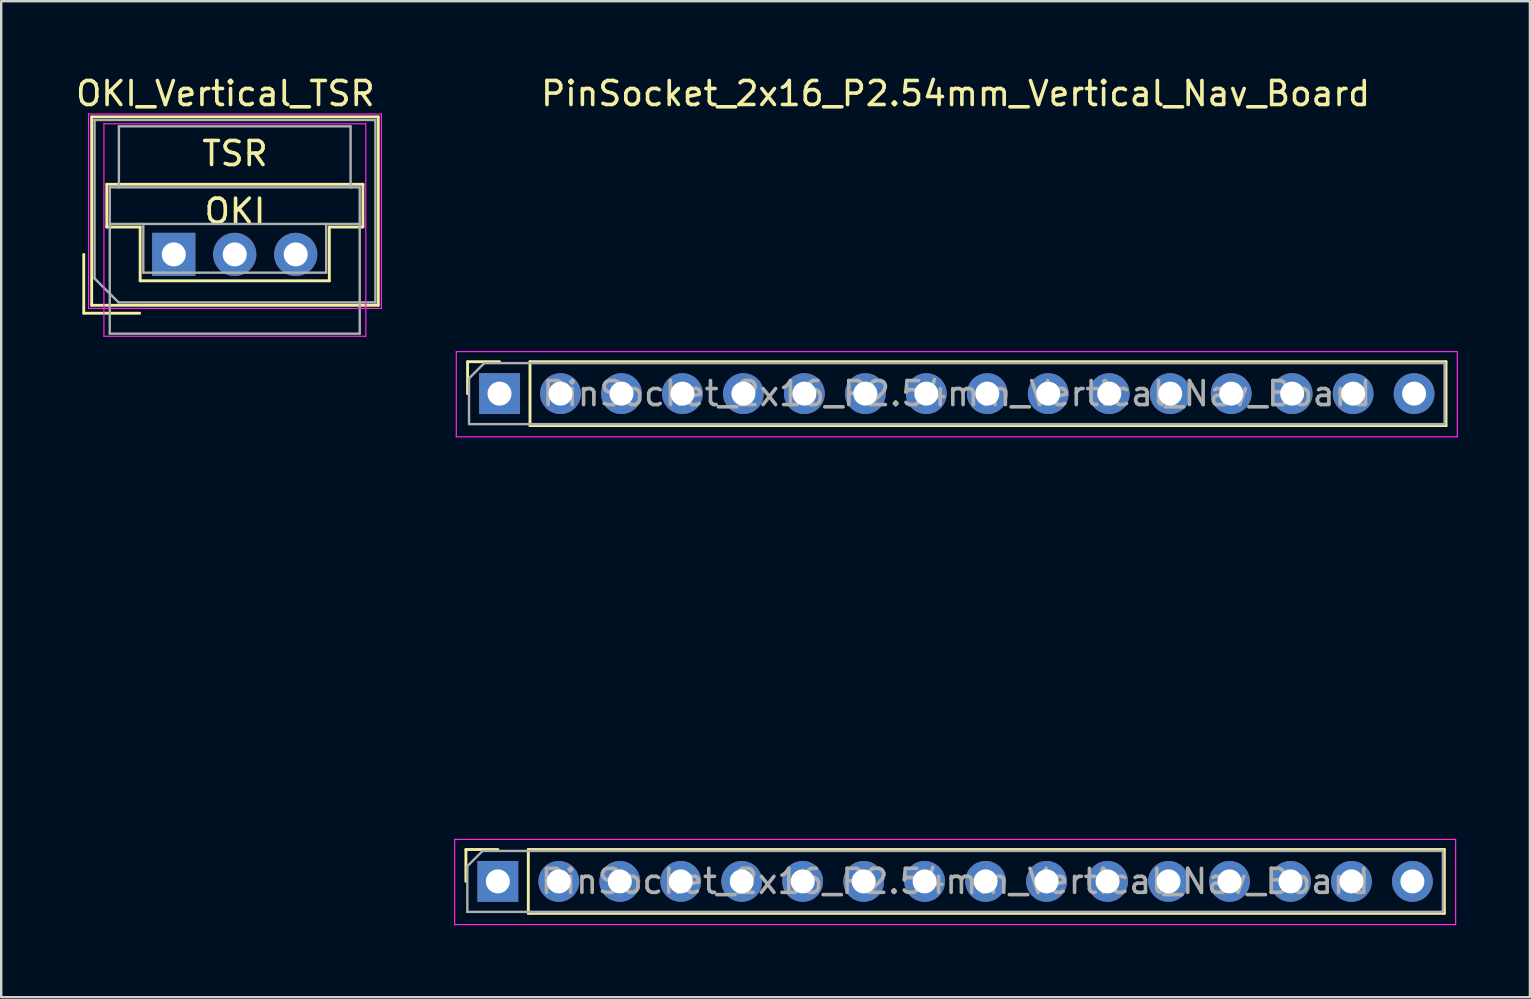
<source format=kicad_pcb>
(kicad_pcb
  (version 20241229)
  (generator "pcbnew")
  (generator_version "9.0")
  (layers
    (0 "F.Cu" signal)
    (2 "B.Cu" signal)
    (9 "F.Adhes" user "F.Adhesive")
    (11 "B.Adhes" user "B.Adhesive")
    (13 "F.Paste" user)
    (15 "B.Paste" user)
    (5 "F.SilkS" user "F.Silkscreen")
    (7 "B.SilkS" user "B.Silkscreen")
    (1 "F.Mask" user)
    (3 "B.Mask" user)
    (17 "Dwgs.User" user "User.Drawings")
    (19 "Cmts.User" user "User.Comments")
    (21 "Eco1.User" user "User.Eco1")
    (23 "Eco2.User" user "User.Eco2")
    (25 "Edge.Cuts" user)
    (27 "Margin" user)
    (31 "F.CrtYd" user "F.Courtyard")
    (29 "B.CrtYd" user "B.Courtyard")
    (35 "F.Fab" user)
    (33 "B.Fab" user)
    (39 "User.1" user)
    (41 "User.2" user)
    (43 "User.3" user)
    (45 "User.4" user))
  (footprint "PinSocket_2x16_P2.54mm_Vertical_Nav_Board"
    (layer "F.Cu")
    (at 36.759 22.848)
    (property "Reference" "PinSocket_2x16_P2.54mm_Vertical_Nav_Board" (at 0 -22 0) (unlocked yes) (layer "F.SilkS") (effects (font (size 1 1) (thickness 0.15))))
    (attr through_hole)
    (fp_line (start -20.4 9.49) (end -19.07 9.49) (stroke (width 0.12) (type solid)) (layer "F.SilkS"))
    (fp_line (start -20.4 10.82) (end -20.4 9.49) (stroke (width 0.12) (type solid)) (layer "F.SilkS"))
    (fp_line (start -20.33 -10.83) (end -19 -10.83) (stroke (width 0.12) (type solid)) (layer "F.SilkS"))
    (fp_line (start -20.33 -9.5) (end -20.33 -10.83) (stroke (width 0.12) (type solid)) (layer "F.SilkS"))
    (fp_line (start -17.8 9.49) (end 20.36 9.49) (stroke (width 0.12) (type solid)) (layer "F.SilkS"))
    (fp_line (start -17.8 12.15) (end -17.8 9.49) (stroke (width 0.12) (type solid)) (layer "F.SilkS"))
    (fp_line (start -17.8 12.15) (end 20.36 12.15) (stroke (width 0.12) (type solid)) (layer "F.SilkS"))
    (fp_line (start -17.73 -10.83) (end 20.43 -10.83) (stroke (width 0.12) (type solid)) (layer "F.SilkS"))
    (fp_line (start -17.73 -8.17) (end -17.73 -10.83) (stroke (width 0.12) (type solid)) (layer "F.SilkS"))
    (fp_line (start -17.73 -8.17) (end 20.43 -8.17) (stroke (width 0.12) (type solid)) (layer "F.SilkS"))
    (fp_line (start 20.36 12.15) (end 20.36 9.49) (stroke (width 0.12) (type solid)) (layer "F.SilkS"))
    (fp_line (start 20.43 -8.17) (end 20.43 -10.83) (stroke (width 0.12) (type solid)) (layer "F.SilkS"))
    (fp_line (start -20.87 9.07) (end 20.83 9.07) (stroke (width 0.05) (type solid)) (layer "F.CrtYd"))
    (fp_line (start -20.87 12.62) (end -20.87 9.07) (stroke (width 0.05) (type solid)) (layer "F.CrtYd"))
    (fp_line (start -20.8 -11.25) (end 20.9 -11.25) (stroke (width 0.05) (type solid)) (layer "F.CrtYd"))
    (fp_line (start -20.8 -7.7) (end -20.8 -11.25) (stroke (width 0.05) (type solid)) (layer "F.CrtYd"))
    (fp_line (start 20.83 9.07) (end 20.83 12.62) (stroke (width 0.05) (type solid)) (layer "F.CrtYd"))
    (fp_line (start 20.83 12.62) (end -20.87 12.62) (stroke (width 0.05) (type solid)) (layer "F.CrtYd"))
    (fp_line (start 20.9 -11.25) (end 20.9 -7.7) (stroke (width 0.05) (type solid)) (layer "F.CrtYd"))
    (fp_line (start 20.9 -7.7) (end -20.8 -7.7) (stroke (width 0.05) (type solid)) (layer "F.CrtYd"))
    (fp_line (start -20.34 10.185) (end -19.705 9.55) (stroke (width 0.1) (type solid)) (layer "F.Fab"))
    (fp_line (start -20.34 12.09) (end -20.34 10.185) (stroke (width 0.1) (type solid)) (layer "F.Fab"))
    (fp_line (start -20.27 -10.135) (end -19.635 -10.77) (stroke (width 0.1) (type solid)) (layer "F.Fab"))
    (fp_line (start -20.27 -8.23) (end -20.27 -10.135) (stroke (width 0.1) (type solid)) (layer "F.Fab"))
    (fp_line (start -19.705 9.55) (end 20.3 9.55) (stroke (width 0.1) (type solid)) (layer "F.Fab"))
    (fp_line (start -19.635 -10.77) (end 20.37 -10.77) (stroke (width 0.1) (type solid)) (layer "F.Fab"))
    (fp_line (start 20.3 9.55) (end 20.3 12.09) (stroke (width 0.1) (type solid)) (layer "F.Fab"))
    (fp_line (start 20.3 12.09) (end -20.34 12.09) (stroke (width 0.1) (type solid)) (layer "F.Fab"))
    (fp_line (start 20.37 -10.77) (end 20.37 -8.23) (stroke (width 0.1) (type solid)) (layer "F.Fab"))
    (fp_line (start 20.37 -8.23) (end -20.27 -8.23) (stroke (width 0.1) (type solid)) (layer "F.Fab"))
    (fp_text user "${REFERENCE}" (at -0.02 10.82 0) (layer "F.Fab") (effects (font (size 1 1) (thickness 0.15))))
    (fp_text user "${REFERENCE}" (at 0.05 -9.5 0) (layer "F.Fab") (effects (font (size 1 1) (thickness 0.15))))
    (pad "1" thru_hole rect (at -19 -9.5 270) (size 1.7 1.7) (drill 1) (layers "*.Cu" "*.Mask"))
    (pad "2" thru_hole oval (at -16.46 -9.5 270) (size 1.7 1.7) (drill 1) (layers "*.Cu" "*.Mask"))
    (pad "3" thru_hole oval (at -13.92 -9.5 270) (size 1.7 1.7) (drill 1) (layers "*.Cu" "*.Mask"))
    (pad "4" thru_hole oval (at -11.38 -9.5 270) (size 1.7 1.7) (drill 1) (layers "*.Cu" "*.Mask"))
    (pad "5" thru_hole oval (at -8.84 -9.5 270) (size 1.7 1.7) (drill 1) (layers "*.Cu" "*.Mask"))
    (pad "6" thru_hole oval (at -6.3 -9.5 270) (size 1.7 1.7) (drill 1) (layers "*.Cu" "*.Mask"))
    (pad "7" thru_hole oval (at -3.76 -9.5 270) (size 1.7 1.7) (drill 1) (layers "*.Cu" "*.Mask"))
    (pad "8" thru_hole oval (at -1.22 -9.5 270) (size 1.7 1.7) (drill 1) (layers "*.Cu" "*.Mask"))
    (pad "9" thru_hole oval (at 1.32 -9.5 270) (size 1.7 1.7) (drill 1) (layers "*.Cu" "*.Mask"))
    (pad "10" thru_hole oval (at 3.86 -9.5 270) (size 1.7 1.7) (drill 1) (layers "*.Cu" "*.Mask"))
    (pad "11" thru_hole oval (at 6.4 -9.5 270) (size 1.7 1.7) (drill 1) (layers "*.Cu" "*.Mask"))
    (pad "12" thru_hole oval (at 8.94 -9.5 270) (size 1.7 1.7) (drill 1) (layers "*.Cu" "*.Mask"))
    (pad "13" thru_hole oval (at 11.48 -9.5 270) (size 1.7 1.7) (drill 1) (layers "*.Cu" "*.Mask"))
    (pad "14" thru_hole oval (at 14.02 -9.5 270) (size 1.7 1.7) (drill 1) (layers "*.Cu" "*.Mask"))
    (pad "15" thru_hole oval (at 16.56 -9.5 270) (size 1.7 1.7) (drill 1) (layers "*.Cu" "*.Mask"))
    (pad "16" thru_hole oval (at 19.1 -9.5 270) (size 1.7 1.7) (drill 1) (layers "*.Cu" "*.Mask"))
    (pad "17" thru_hole rect (at -19.07 10.82 270) (size 1.7 1.7) (drill 1) (layers "*.Cu" "*.Mask"))
    (pad "18" thru_hole oval (at -16.53 10.82 270) (size 1.7 1.7) (drill 1) (layers "*.Cu" "*.Mask"))
    (pad "19" thru_hole oval (at -13.99 10.82 270) (size 1.7 1.7) (drill 1) (layers "*.Cu" "*.Mask"))
    (pad "20" thru_hole oval (at -11.45 10.82 270) (size 1.7 1.7) (drill 1) (layers "*.Cu" "*.Mask"))
    (pad "21" thru_hole oval (at -8.91 10.82 270) (size 1.7 1.7) (drill 1) (layers "*.Cu" "*.Mask"))
    (pad "22" thru_hole oval (at -6.37 10.82 270) (size 1.7 1.7) (drill 1) (layers "*.Cu" "*.Mask"))
    (pad "23" thru_hole oval (at -3.83 10.82 270) (size 1.7 1.7) (drill 1) (layers "*.Cu" "*.Mask"))
    (pad "24" thru_hole oval (at -1.29 10.82 270) (size 1.7 1.7) (drill 1) (layers "*.Cu" "*.Mask"))
    (pad "25" thru_hole oval (at 1.25 10.82 270) (size 1.7 1.7) (drill 1) (layers "*.Cu" "*.Mask"))
    (pad "26" thru_hole oval (at 3.79 10.82 270) (size 1.7 1.7) (drill 1) (layers "*.Cu" "*.Mask"))
    (pad "27" thru_hole oval (at 6.33 10.82 270) (size 1.7 1.7) (drill 1) (layers "*.Cu" "*.Mask"))
    (pad "28" thru_hole oval (at 8.87 10.82 270) (size 1.7 1.7) (drill 1) (layers "*.Cu" "*.Mask"))
    (pad "29" thru_hole oval (at 11.41 10.82 270) (size 1.7 1.7) (drill 1) (layers "*.Cu" "*.Mask"))
    (pad "30" thru_hole oval (at 13.95 10.82 270) (size 1.7 1.7) (drill 1) (layers "*.Cu" "*.Mask"))
    (pad "31" thru_hole oval (at 16.49 10.82 270) (size 1.7 1.7) (drill 1) (layers "*.Cu" "*.Mask"))
    (pad "32" thru_hole oval (at 19.03 10.82 270) (size 1.7 1.7) (drill 1) (layers "*.Cu" "*.Mask")))
  (footprint "OKI_Vertical_TSR"
    (layer "F.Cu")
    (at 4.189 7.548)
    (property "Reference" "OKI_Vertical_TSR" (at 2.15 -6.7 0) (unlocked yes) (layer "F.SilkS") (effects (font (size 1 1) (thickness 0.15))))
    (attr through_hole)
    (fp_line (start -3.75 0) (end -3.75 2.45) (stroke (width 0.12) (type solid)) (layer "F.SilkS"))
    (fp_line (start -3.75 2.45) (end -1.42 2.45) (stroke (width 0.12) (type solid)) (layer "F.SilkS"))
    (fp_line (start -3.42 -5.73) (end 8.52 -5.73) (stroke (width 0.12) (type solid)) (layer "F.SilkS"))
    (fp_line (start -3.42 2.12) (end -3.42 -5.73) (stroke (width 0.12) (type solid)) (layer "F.SilkS"))
    (fp_line (start -2.79 -2.92) (end -2.79 -1.14) (stroke (width 0.12) (type solid)) (layer "F.SilkS"))
    (fp_line (start -1.4 -1.14) (end -2.79 -1.14) (stroke (width 0.12) (type solid)) (layer "F.SilkS"))
    (fp_line (start -1.4 1.1) (end -1.4 -1.14) (stroke (width 0.12) (type solid)) (layer "F.SilkS"))
    (fp_line (start 6.48 -1.14) (end 6.48 1.1) (stroke (width 0.12) (type solid)) (layer "F.SilkS"))
    (fp_line (start 6.48 1.1) (end -1.4 1.1) (stroke (width 0.12) (type solid)) (layer "F.SilkS"))
    (fp_line (start 7.88 -2.92) (end -2.79 -2.92) (stroke (width 0.12) (type solid)) (layer "F.SilkS"))
    (fp_line (start 7.88 -1.15) (end 7.88 -2.92) (stroke (width 0.12) (type solid)) (layer "F.SilkS"))
    (fp_line (start 7.88 -1.14) (end 6.48 -1.14) (stroke (width 0.12) (type solid)) (layer "F.SilkS"))
    (fp_line (start 8.52 -5.73) (end 8.52 2.12) (stroke (width 0.12) (type solid)) (layer "F.SilkS"))
    (fp_line (start 8.52 2.12) (end -3.42 2.12) (stroke (width 0.12) (type solid)) (layer "F.SilkS"))
    (fp_line (start -3.55 -5.85) (end 8.65 -5.85) (stroke (width 0.05) (type solid)) (layer "F.CrtYd"))
    (fp_line (start -3.55 2.25) (end -3.55 -5.85) (stroke (width 0.05) (type solid)) (layer "F.CrtYd"))
    (fp_line (start -2.91 -5.44) (end -2.91 3.41) (stroke (width 0.05) (type solid)) (layer "F.CrtYd"))
    (fp_line (start -2.91 3.41) (end 8 3.41) (stroke (width 0.05) (type solid)) (layer "F.CrtYd"))
    (fp_line (start 8 -5.44) (end -2.91 -5.44) (stroke (width 0.05) (type solid)) (layer "F.CrtYd"))
    (fp_line (start 8 3.41) (end 8 -5.44) (stroke (width 0.05) (type solid)) (layer "F.CrtYd"))
    (fp_line (start 8.65 -5.85) (end 8.65 2.25) (stroke (width 0.05) (type solid)) (layer "F.CrtYd"))
    (fp_line (start 8.65 2.25) (end -3.55 2.25) (stroke (width 0.05) (type solid)) (layer "F.CrtYd"))
    (fp_line (start -3.3 -5.6) (end 8.4 -5.6) (stroke (width 0.1) (type solid)) (layer "F.Fab"))
    (fp_line (start -3.3 1) (end -3.3 -5.6) (stroke (width 0.1) (type solid)) (layer "F.Fab"))
    (fp_line (start -3.3 1) (end -2.3 2) (stroke (width 0.1) (type solid)) (layer "F.Fab"))
    (fp_line (start -2.667 -2.794) (end -2.667 -1.27) (stroke (width 0.1) (type solid)) (layer "F.Fab"))
    (fp_line (start -2.667 -2.794) (end 7.747 -2.794) (stroke (width 0.1) (type solid)) (layer "F.Fab"))
    (fp_line (start -2.667 -1.27) (end -2.667 3.302) (stroke (width 0.1) (type solid)) (layer "F.Fab"))
    (fp_line (start -2.667 -1.27) (end 7.747 -1.27) (stroke (width 0.1) (type solid)) (layer "F.Fab"))
    (fp_line (start -2.3 2) (end 8.4 2) (stroke (width 0.1) (type solid)) (layer "F.Fab"))
    (fp_line (start -2.286 -5.334) (end -2.286 -2.794) (stroke (width 0.1) (type solid)) (layer "F.Fab"))
    (fp_line (start -1.27 0.762) (end -1.27 -1.27) (stroke (width 0.1) (type solid)) (layer "F.Fab"))
    (fp_line (start -1.27 0.762) (end -0.406 0.762) (stroke (width 0.1) (type solid)) (layer "F.Fab"))
    (fp_line (start 0.406 0.762) (end -0.406 0.762) (stroke (width 0.1) (type solid)) (layer "F.Fab"))
    (fp_line (start 0.406 0.762) (end 2.134 0.762) (stroke (width 0.1) (type solid)) (layer "F.Fab"))
    (fp_line (start 2.946 0.762) (end 2.134 0.762) (stroke (width 0.1) (type solid)) (layer "F.Fab"))
    (fp_line (start 2.946 0.762) (end 4.674 0.762) (stroke (width 0.1) (type solid)) (layer "F.Fab"))
    (fp_line (start 5.486 0.762) (end 4.674 0.762) (stroke (width 0.1) (type solid)) (layer "F.Fab"))
    (fp_line (start 5.486 0.762) (end 6.35 0.762) (stroke (width 0.1) (type solid)) (layer "F.Fab"))
    (fp_line (start 6.35 -1.27) (end 6.35 0.762) (stroke (width 0.1) (type solid)) (layer "F.Fab"))
    (fp_line (start 7.366 -5.334) (end -2.286 -5.334) (stroke (width 0.1) (type solid)) (layer "F.Fab"))
    (fp_line (start 7.366 -2.794) (end 7.366 -5.334) (stroke (width 0.1) (type solid)) (layer "F.Fab"))
    (fp_line (start 7.747 -2.794) (end 7.747 -1.27) (stroke (width 0.1) (type solid)) (layer "F.Fab"))
    (fp_line (start 7.747 -1.27) (end 7.747 3.302) (stroke (width 0.1) (type solid)) (layer "F.Fab"))
    (fp_line (start 7.747 3.302) (end -2.667 3.302) (stroke (width 0.1) (type solid)) (layer "F.Fab"))
    (fp_line (start 8.4 2) (end 8.4 -5.6) (stroke (width 0.1) (type solid)) (layer "F.Fab"))
    (fp_text user "OKI" (at 2.55 -1.8 0) (unlocked yes) (layer "F.SilkS") (effects (font (size 1 1) (thickness 0.15))))
    (fp_text user "TSR" (at 2.55 -4.2 0) (unlocked yes) (layer "F.SilkS") (effects (font (size 1 1) (thickness 0.15))))
    (pad "1" thru_hole rect (at 0 0) (size 1.8 1.8) (drill 1) (layers "*.Cu" "*.Mask"))
    (pad "2" thru_hole circle (at 2.54 0) (size 1.8 1.8) (drill 1) (layers "*.Cu" "*.Mask"))
    (pad "3" thru_hole circle (at 5.08 0) (size 1.8 1.8) (drill 1) (layers "*.Cu" "*.Mask")))
  (gr_rect
    (start -3 -3)
    (end 60.684 38.493)
    (stroke (width 0.1) (type default))
    (fill no)
    (layer "Edge.Cuts")))
</source>
